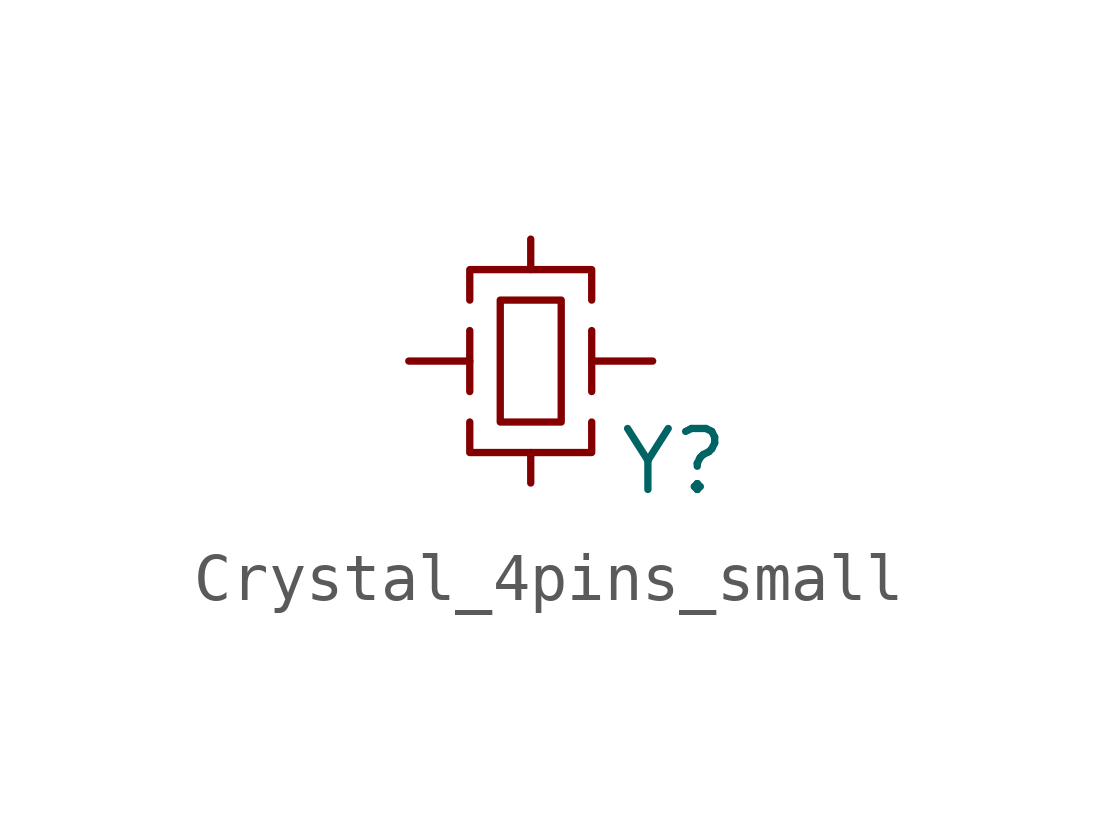
<source format=kicad_sym>
(kicad_symbol_lib
  (version 20241209)
  (generator "kicad_symbol_editor")
  (generator_version "9.0")
  (symbol "Crystal_4pins_small"
    (pin_numbers
      (hide yes))
    (pin_names
      (offset 0)
      (hide yes))
    (property "Reference" "Y"
      (at 2.985 -2.095 0)
      (effects (font (size 1.27 1.27))))
    (property "Value" ""
      (at 0 0 0)
      (effects (font (size 1.27 1.27))))
    (symbol "Crystal_4pins_small_0_1"
      (polyline (pts (xy -1.27 -0.635) (xy -1.27 0.635)) (stroke (width 0) (type default)) (fill (type none)))
      (rectangle (start 0.635 -1.27) (end -0.635 1.27) (stroke (width 0) (type default)) (fill (type none)))
      (polyline (pts (xy 1.27 1.27) (xy 1.27 1.905) (xy -1.27 1.905) (xy -1.27 1.27)) (stroke (width 0) (type default)) (fill (type none)))
      (polyline (pts (xy 1.27 -0.635) (xy 1.27 0.635)) (stroke (width 0) (type default)) (fill (type none)))
      (polyline (pts (xy 1.27 -1.27) (xy 1.27 -1.905) (xy -1.27 -1.905) (xy -1.27 -1.27)) (stroke (width 0) (type default)) (fill (type none))))
    (symbol "Crystal_4pins_small_1_1"
      (pin passive line (at -2.54 0 0) (length 1.27) (name "" (effects (font (size 1.27 1.27)))) (number "1" (effects (font (size 1.27 1.27)))))
      (pin passive line (at 0 2.54 270) (length 0.635) (name "" (effects (font (size 1.27 1.27)))) (number "2" (effects (font (size 1.27 1.27)))))
      (pin passive line (at 0 -2.54 90) (length 0.635) (name "" (effects (font (size 1.27 1.27)))) (number "4" (effects (font (size 1.27 1.27)))))
      (pin passive line (at 2.54 0 180) (length 1.27) (name "" (effects (font (size 1.27 1.27)))) (number "3" (effects (font (size 1.27 1.27))))))))
</source>
